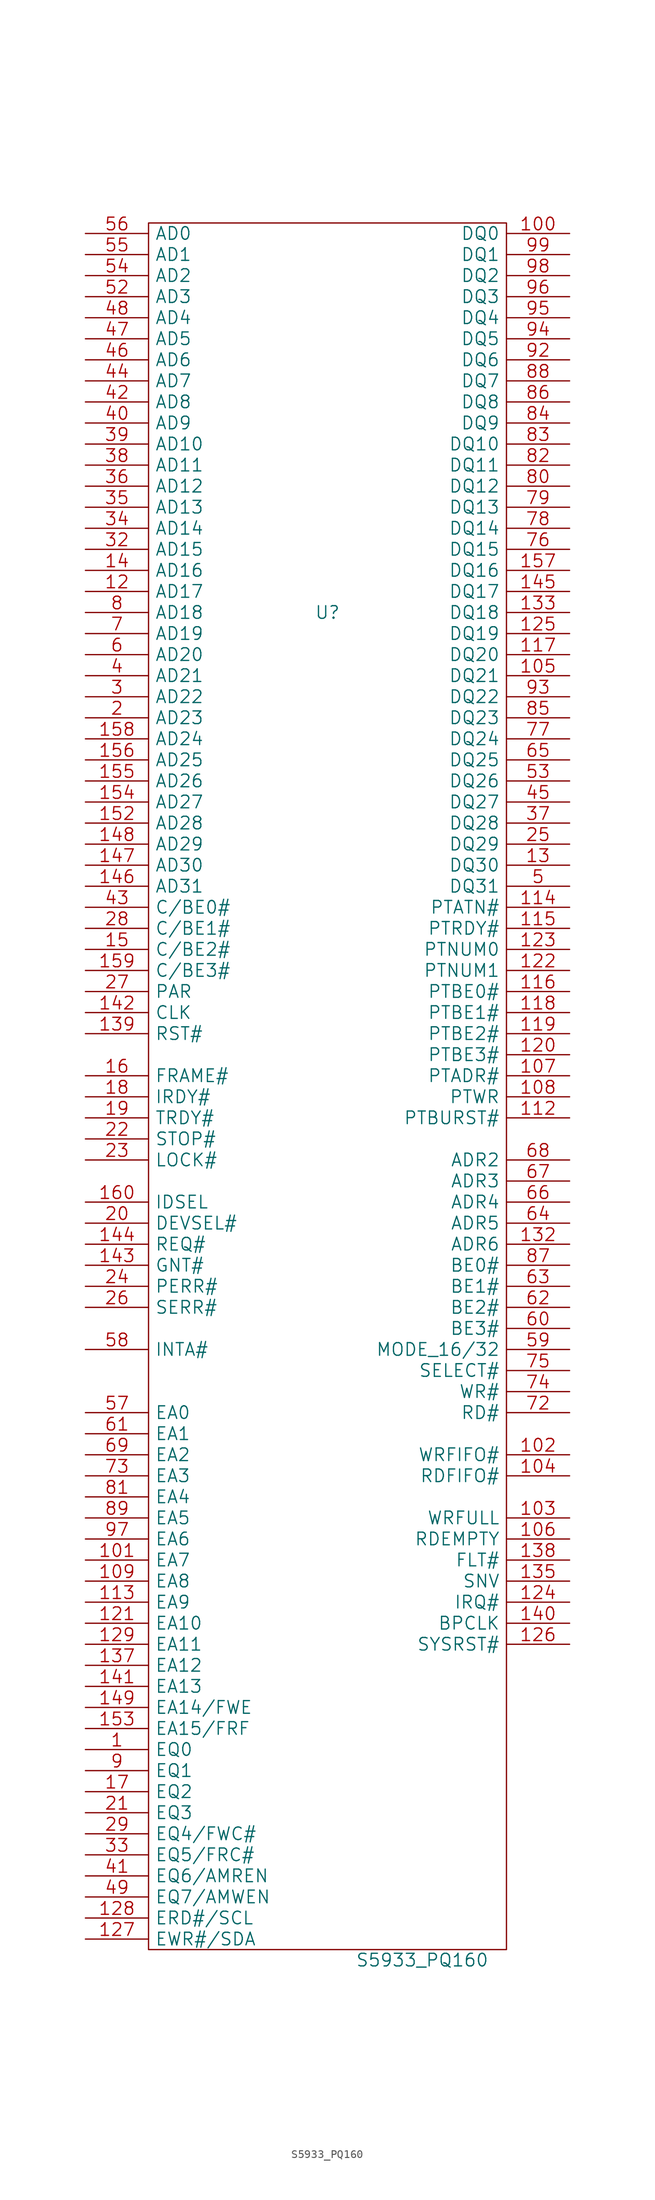
<source format=kicad_sym>
(kicad_symbol_lib
  (version 20211014)
  (generator kicad_symbol_editor)
  (symbol "S5933_PQ160"
    (pin_names
      (offset 0.762))
    (property "Reference" "U"
      (at 0 57.15 0)
      (effects (font (size 1.524 1.524))))
    (property "Value" "S5933_PQ160"
      (at 11.43 -105.41 0)
      (effects (font (size 1.524 1.524))))
    (property "Footprint" ""
      (at 0 0 0)
      (effects (font (size 1.524 1.524))))
    (property "Datasheet" ""
      (at 0 0 0)
      (effects (font (size 1.524 1.524))))
    (symbol "S5933_PQ160_0_0"
      (pin power_in line (at -3.81 -104.14 90) (length 0) hide (name "VSS" (effects (font (size 1.524 1.524)))) (number "10" (effects (font (size 1.524 1.524)))))
      (pin power_in line (at -7.62 105.41 270) (length 0) hide (name "VCC" (effects (font (size 1.524 1.524)))) (number "11" (effects (font (size 1.524 1.524)))))
      (pin power_in line (at 8.89 -104.14 90) (length 0) hide (name "VSS" (effects (font (size 1.524 1.524)))) (number "110" (effects (font (size 1.524 1.524)))))
      (pin power_in line (at 5.08 105.41 270) (length 0) hide (name "VCC" (effects (font (size 1.524 1.524)))) (number "111" (effects (font (size 1.524 1.524)))))
      (pin power_in line (at 11.43 -104.14 90) (length 0) hide (name "VSS" (effects (font (size 1.524 1.524)))) (number "130" (effects (font (size 1.524 1.524)))))
      (pin power_in line (at 7.62 105.41 270) (length 0) hide (name "VCC" (effects (font (size 1.524 1.524)))) (number "131" (effects (font (size 1.524 1.524)))))
      (pin power_in line (at -6.35 -104.14 90) (length 0) hide (name "VSS" (effects (font (size 1.524 1.524)))) (number "150" (effects (font (size 1.524 1.524)))))
      (pin power_in line (at 10.16 105.41 270) (length 0) hide (name "VCC" (effects (font (size 1.524 1.524)))) (number "151" (effects (font (size 1.524 1.524)))))
      (pin power_in line (at -1.27 -104.14 90) (length 0) hide (name "VSS" (effects (font (size 1.524 1.524)))) (number "30" (effects (font (size 1.524 1.524)))))
      (pin power_in line (at -5.08 105.41 270) (length 0) hide (name "VCC" (effects (font (size 1.524 1.524)))) (number "31" (effects (font (size 1.524 1.524)))))
      (pin power_in line (at 3.81 -104.14 90) (length 0) hide (name "VSS" (effects (font (size 1.524 1.524)))) (number "50" (effects (font (size 1.524 1.524)))))
      (pin power_in line (at -2.54 105.41 270) (length 0) hide (name "VCC" (effects (font (size 1.524 1.524)))) (number "51" (effects (font (size 1.524 1.524)))))
      (pin power_in line (at 1.27 -104.14 90) (length 0) hide (name "VSS" (effects (font (size 1.524 1.524)))) (number "70" (effects (font (size 1.524 1.524)))))
      (pin power_in line (at 0 105.41 270) (length 0) hide (name "VCC" (effects (font (size 1.524 1.524)))) (number "71" (effects (font (size 1.524 1.524)))))
      (pin power_in line (at 6.35 -104.14 90) (length 0) hide (name "VSS" (effects (font (size 1.524 1.524)))) (number "90" (effects (font (size 1.524 1.524)))))
      (pin power_in line (at 2.54 105.41 270) (length 0) hide (name "VCC" (effects (font (size 1.524 1.524)))) (number "91" (effects (font (size 1.524 1.524))))))
    (symbol "S5933_PQ160_0_1"
      (rectangle (start -21.59 104.14) (end 21.59 -104.14) (stroke (width 0) (type default) (color 0 0 0 0)) (fill (type none))))
    (symbol "S5933_PQ160_1_1"
      (pin bidirectional line (at -29.21 -80.01 0) (length 7.62) (name "EQ0" (effects (font (size 1.524 1.524)))) (number "1" (effects (font (size 1.524 1.524)))))
      (pin bidirectional line (at 29.21 102.87 180) (length 7.62) (name "DQ0" (effects (font (size 1.524 1.524)))) (number "100" (effects (font (size 1.524 1.524)))))
      (pin bidirectional line (at -29.21 -57.15 0) (length 7.62) (name "EA7" (effects (font (size 1.524 1.524)))) (number "101" (effects (font (size 1.524 1.524)))))
      (pin input line (at 29.21 -44.45 180) (length 7.62) (name "WRFIFO#" (effects (font (size 1.524 1.524)))) (number "102" (effects (font (size 1.524 1.524)))))
      (pin output line (at 29.21 -52.07 180) (length 7.62) (name "WRFULL" (effects (font (size 1.524 1.524)))) (number "103" (effects (font (size 1.524 1.524)))))
      (pin input line (at 29.21 -46.99 180) (length 7.62) (name "RDFIFO#" (effects (font (size 1.524 1.524)))) (number "104" (effects (font (size 1.524 1.524)))))
      (pin bidirectional line (at 29.21 49.53 180) (length 7.62) (name "DQ21" (effects (font (size 1.524 1.524)))) (number "105" (effects (font (size 1.524 1.524)))))
      (pin output line (at 29.21 -54.61 180) (length 7.62) (name "RDEMPTY" (effects (font (size 1.524 1.524)))) (number "106" (effects (font (size 1.524 1.524)))))
      (pin input line (at 29.21 1.27 180) (length 7.62) (name "PTADR#" (effects (font (size 1.524 1.524)))) (number "107" (effects (font (size 1.524 1.524)))))
      (pin output line (at 29.21 -1.27 180) (length 7.62) (name "PTWR" (effects (font (size 1.524 1.524)))) (number "108" (effects (font (size 1.524 1.524)))))
      (pin bidirectional line (at -29.21 -59.69 0) (length 7.62) (name "EA8" (effects (font (size 1.524 1.524)))) (number "109" (effects (font (size 1.524 1.524)))))
      (pin output line (at 29.21 -3.81 180) (length 7.62) (name "PTBURST#" (effects (font (size 1.524 1.524)))) (number "112" (effects (font (size 1.524 1.524)))))
      (pin output line (at -29.21 -62.23 0) (length 7.62) (name "EA9" (effects (font (size 1.524 1.524)))) (number "113" (effects (font (size 1.524 1.524)))))
      (pin output line (at 29.21 21.59 180) (length 7.62) (name "PTATN#" (effects (font (size 1.524 1.524)))) (number "114" (effects (font (size 1.524 1.524)))))
      (pin input line (at 29.21 19.05 180) (length 7.62) (name "PTRDY#" (effects (font (size 1.524 1.524)))) (number "115" (effects (font (size 1.524 1.524)))))
      (pin output line (at 29.21 11.43 180) (length 7.62) (name "PTBE0#" (effects (font (size 1.524 1.524)))) (number "116" (effects (font (size 1.524 1.524)))))
      (pin bidirectional line (at 29.21 52.07 180) (length 7.62) (name "DQ20" (effects (font (size 1.524 1.524)))) (number "117" (effects (font (size 1.524 1.524)))))
      (pin output line (at 29.21 8.89 180) (length 7.62) (name "PTBE1#" (effects (font (size 1.524 1.524)))) (number "118" (effects (font (size 1.524 1.524)))))
      (pin output line (at 29.21 6.35 180) (length 7.62) (name "PTBE2#" (effects (font (size 1.524 1.524)))) (number "119" (effects (font (size 1.524 1.524)))))
      (pin bidirectional line (at -29.21 59.69 0) (length 7.62) (name "AD17" (effects (font (size 1.524 1.524)))) (number "12" (effects (font (size 1.524 1.524)))))
      (pin output line (at 29.21 3.81 180) (length 7.62) (name "PTBE3#" (effects (font (size 1.524 1.524)))) (number "120" (effects (font (size 1.524 1.524)))))
      (pin output line (at -29.21 -64.77 0) (length 7.62) (name "EA10" (effects (font (size 1.524 1.524)))) (number "121" (effects (font (size 1.524 1.524)))))
      (pin output line (at 29.21 13.97 180) (length 7.62) (name "PTNUM1" (effects (font (size 1.524 1.524)))) (number "122" (effects (font (size 1.524 1.524)))))
      (pin output line (at 29.21 16.51 180) (length 7.62) (name "PTNUM0" (effects (font (size 1.524 1.524)))) (number "123" (effects (font (size 1.524 1.524)))))
      (pin output line (at 29.21 -62.23 180) (length 7.62) (name "IRQ#" (effects (font (size 1.524 1.524)))) (number "124" (effects (font (size 1.524 1.524)))))
      (pin bidirectional line (at 29.21 54.61 180) (length 7.62) (name "DQ19" (effects (font (size 1.524 1.524)))) (number "125" (effects (font (size 1.524 1.524)))))
      (pin output line (at 29.21 -67.31 180) (length 7.62) (name "SYSRST#" (effects (font (size 1.524 1.524)))) (number "126" (effects (font (size 1.524 1.524)))))
      (pin bidirectional line (at -29.21 -102.87 0) (length 7.62) (name "EWR#/SDA" (effects (font (size 1.524 1.524)))) (number "127" (effects (font (size 1.524 1.524)))))
      (pin output line (at -29.21 -100.33 0) (length 7.62) (name "ERD#/SCL" (effects (font (size 1.524 1.524)))) (number "128" (effects (font (size 1.524 1.524)))))
      (pin output line (at -29.21 -67.31 0) (length 7.62) (name "EA11" (effects (font (size 1.524 1.524)))) (number "129" (effects (font (size 1.524 1.524)))))
      (pin bidirectional line (at 29.21 26.67 180) (length 7.62) (name "DQ30" (effects (font (size 1.524 1.524)))) (number "13" (effects (font (size 1.524 1.524)))))
      (pin input line (at 29.21 -19.05 180) (length 7.62) (name "ADR6" (effects (font (size 1.524 1.524)))) (number "132" (effects (font (size 1.524 1.524)))))
      (pin bidirectional line (at 29.21 57.15 180) (length 7.62) (name "DQ18" (effects (font (size 1.524 1.524)))) (number "133" (effects (font (size 1.524 1.524)))))
      (pin input line (at 29.21 -59.69 180) (length 7.62) (name "SNV" (effects (font (size 1.524 1.524)))) (number "135" (effects (font (size 1.524 1.524)))))
      (pin output line (at -29.21 -69.85 0) (length 7.62) (name "EA12" (effects (font (size 1.524 1.524)))) (number "137" (effects (font (size 1.524 1.524)))))
      (pin input line (at 29.21 -57.15 180) (length 7.62) (name "FLT#" (effects (font (size 1.524 1.524)))) (number "138" (effects (font (size 1.524 1.524)))))
      (pin input line (at -29.21 6.35 0) (length 7.62) (name "RST#" (effects (font (size 1.524 1.524)))) (number "139" (effects (font (size 1.524 1.524)))))
      (pin bidirectional line (at -29.21 62.23 0) (length 7.62) (name "AD16" (effects (font (size 1.524 1.524)))) (number "14" (effects (font (size 1.524 1.524)))))
      (pin output line (at 29.21 -64.77 180) (length 7.62) (name "BPCLK" (effects (font (size 1.524 1.524)))) (number "140" (effects (font (size 1.524 1.524)))))
      (pin output line (at -29.21 -72.39 0) (length 7.62) (name "EA13" (effects (font (size 1.524 1.524)))) (number "141" (effects (font (size 1.524 1.524)))))
      (pin input line (at -29.21 8.89 0) (length 7.62) (name "CLK" (effects (font (size 1.524 1.524)))) (number "142" (effects (font (size 1.524 1.524)))))
      (pin input line (at -29.21 -21.59 0) (length 7.62) (name "GNT#" (effects (font (size 1.524 1.524)))) (number "143" (effects (font (size 1.524 1.524)))))
      (pin output line (at -29.21 -19.05 0) (length 7.62) (name "REQ#" (effects (font (size 1.524 1.524)))) (number "144" (effects (font (size 1.524 1.524)))))
      (pin bidirectional line (at 29.21 59.69 180) (length 7.62) (name "DQ17" (effects (font (size 1.524 1.524)))) (number "145" (effects (font (size 1.524 1.524)))))
      (pin bidirectional line (at -29.21 24.13 0) (length 7.62) (name "AD31" (effects (font (size 1.524 1.524)))) (number "146" (effects (font (size 1.524 1.524)))))
      (pin bidirectional line (at -29.21 26.67 0) (length 7.62) (name "AD30" (effects (font (size 1.524 1.524)))) (number "147" (effects (font (size 1.524 1.524)))))
      (pin bidirectional line (at -29.21 29.21 0) (length 7.62) (name "AD29" (effects (font (size 1.524 1.524)))) (number "148" (effects (font (size 1.524 1.524)))))
      (pin bidirectional line (at -29.21 -74.93 0) (length 7.62) (name "EA14/FWE" (effects (font (size 1.524 1.524)))) (number "149" (effects (font (size 1.524 1.524)))))
      (pin bidirectional line (at -29.21 16.51 0) (length 7.62) (name "C/BE2#" (effects (font (size 1.524 1.524)))) (number "15" (effects (font (size 1.524 1.524)))))
      (pin bidirectional line (at -29.21 31.75 0) (length 7.62) (name "AD28" (effects (font (size 1.524 1.524)))) (number "152" (effects (font (size 1.524 1.524)))))
      (pin bidirectional line (at -29.21 -77.47 0) (length 7.62) (name "EA15/FRF" (effects (font (size 1.524 1.524)))) (number "153" (effects (font (size 1.524 1.524)))))
      (pin bidirectional line (at -29.21 34.29 0) (length 7.62) (name "AD27" (effects (font (size 1.524 1.524)))) (number "154" (effects (font (size 1.524 1.524)))))
      (pin bidirectional line (at -29.21 36.83 0) (length 7.62) (name "AD26" (effects (font (size 1.524 1.524)))) (number "155" (effects (font (size 1.524 1.524)))))
      (pin bidirectional line (at -29.21 39.37 0) (length 7.62) (name "AD25" (effects (font (size 1.524 1.524)))) (number "156" (effects (font (size 1.524 1.524)))))
      (pin bidirectional line (at 29.21 62.23 180) (length 7.62) (name "DQ16" (effects (font (size 1.524 1.524)))) (number "157" (effects (font (size 1.524 1.524)))))
      (pin bidirectional line (at -29.21 41.91 0) (length 7.62) (name "AD24" (effects (font (size 1.524 1.524)))) (number "158" (effects (font (size 1.524 1.524)))))
      (pin bidirectional line (at -29.21 13.97 0) (length 7.62) (name "C/BE3#" (effects (font (size 1.524 1.524)))) (number "159" (effects (font (size 1.524 1.524)))))
      (pin bidirectional line (at -29.21 1.27 0) (length 7.62) (name "FRAME#" (effects (font (size 1.524 1.524)))) (number "16" (effects (font (size 1.524 1.524)))))
      (pin input line (at -29.21 -13.97 0) (length 7.62) (name "IDSEL" (effects (font (size 1.524 1.524)))) (number "160" (effects (font (size 1.524 1.524)))))
      (pin bidirectional line (at -29.21 -85.09 0) (length 7.62) (name "EQ2" (effects (font (size 1.524 1.524)))) (number "17" (effects (font (size 1.524 1.524)))))
      (pin bidirectional line (at -29.21 -1.27 0) (length 7.62) (name "IRDY#" (effects (font (size 1.524 1.524)))) (number "18" (effects (font (size 1.524 1.524)))))
      (pin bidirectional line (at -29.21 -3.81 0) (length 7.62) (name "TRDY#" (effects (font (size 1.524 1.524)))) (number "19" (effects (font (size 1.524 1.524)))))
      (pin bidirectional line (at -29.21 44.45 0) (length 7.62) (name "AD23" (effects (font (size 1.524 1.524)))) (number "2" (effects (font (size 1.524 1.524)))))
      (pin bidirectional line (at -29.21 -16.51 0) (length 7.62) (name "DEVSEL#" (effects (font (size 1.524 1.524)))) (number "20" (effects (font (size 1.524 1.524)))))
      (pin bidirectional line (at -29.21 -87.63 0) (length 7.62) (name "EQ3" (effects (font (size 1.524 1.524)))) (number "21" (effects (font (size 1.524 1.524)))))
      (pin bidirectional line (at -29.21 -6.35 0) (length 7.62) (name "STOP#" (effects (font (size 1.524 1.524)))) (number "22" (effects (font (size 1.524 1.524)))))
      (pin input line (at -29.21 -8.89 0) (length 7.62) (name "LOCK#" (effects (font (size 1.524 1.524)))) (number "23" (effects (font (size 1.524 1.524)))))
      (pin bidirectional line (at -29.21 -24.13 0) (length 7.62) (name "PERR#" (effects (font (size 1.524 1.524)))) (number "24" (effects (font (size 1.524 1.524)))))
      (pin bidirectional line (at 29.21 29.21 180) (length 7.62) (name "DQ29" (effects (font (size 1.524 1.524)))) (number "25" (effects (font (size 1.524 1.524)))))
      (pin output line (at -29.21 -26.67 0) (length 7.62) (name "SERR#" (effects (font (size 1.524 1.524)))) (number "26" (effects (font (size 1.524 1.524)))))
      (pin bidirectional line (at -29.21 11.43 0) (length 7.62) (name "PAR" (effects (font (size 1.524 1.524)))) (number "27" (effects (font (size 1.524 1.524)))))
      (pin bidirectional line (at -29.21 19.05 0) (length 7.62) (name "C/BE1#" (effects (font (size 1.524 1.524)))) (number "28" (effects (font (size 1.524 1.524)))))
      (pin bidirectional line (at -29.21 -90.17 0) (length 7.62) (name "EQ4/FWC#" (effects (font (size 1.524 1.524)))) (number "29" (effects (font (size 1.524 1.524)))))
      (pin bidirectional line (at -29.21 46.99 0) (length 7.62) (name "AD22" (effects (font (size 1.524 1.524)))) (number "3" (effects (font (size 1.524 1.524)))))
      (pin bidirectional line (at -29.21 64.77 0) (length 7.62) (name "AD15" (effects (font (size 1.524 1.524)))) (number "32" (effects (font (size 1.524 1.524)))))
      (pin bidirectional line (at -29.21 -92.71 0) (length 7.62) (name "EQ5/FRC#" (effects (font (size 1.524 1.524)))) (number "33" (effects (font (size 1.524 1.524)))))
      (pin bidirectional line (at -29.21 67.31 0) (length 7.62) (name "AD14" (effects (font (size 1.524 1.524)))) (number "34" (effects (font (size 1.524 1.524)))))
      (pin bidirectional line (at -29.21 69.85 0) (length 7.62) (name "AD13" (effects (font (size 1.524 1.524)))) (number "35" (effects (font (size 1.524 1.524)))))
      (pin bidirectional line (at -29.21 72.39 0) (length 7.62) (name "AD12" (effects (font (size 1.524 1.524)))) (number "36" (effects (font (size 1.524 1.524)))))
      (pin bidirectional line (at 29.21 31.75 180) (length 7.62) (name "DQ28" (effects (font (size 1.524 1.524)))) (number "37" (effects (font (size 1.524 1.524)))))
      (pin bidirectional line (at -29.21 74.93 0) (length 7.62) (name "AD11" (effects (font (size 1.524 1.524)))) (number "38" (effects (font (size 1.524 1.524)))))
      (pin bidirectional line (at -29.21 77.47 0) (length 7.62) (name "AD10" (effects (font (size 1.524 1.524)))) (number "39" (effects (font (size 1.524 1.524)))))
      (pin bidirectional line (at -29.21 49.53 0) (length 7.62) (name "AD21" (effects (font (size 1.524 1.524)))) (number "4" (effects (font (size 1.524 1.524)))))
      (pin bidirectional line (at -29.21 80.01 0) (length 7.62) (name "AD9" (effects (font (size 1.524 1.524)))) (number "40" (effects (font (size 1.524 1.524)))))
      (pin bidirectional line (at -29.21 -95.25 0) (length 7.62) (name "EQ6/AMREN" (effects (font (size 1.524 1.524)))) (number "41" (effects (font (size 1.524 1.524)))))
      (pin bidirectional line (at -29.21 82.55 0) (length 7.62) (name "AD8" (effects (font (size 1.524 1.524)))) (number "42" (effects (font (size 1.524 1.524)))))
      (pin bidirectional line (at -29.21 21.59 0) (length 7.62) (name "C/BE0#" (effects (font (size 1.524 1.524)))) (number "43" (effects (font (size 1.524 1.524)))))
      (pin bidirectional line (at -29.21 85.09 0) (length 7.62) (name "AD7" (effects (font (size 1.524 1.524)))) (number "44" (effects (font (size 1.524 1.524)))))
      (pin bidirectional line (at 29.21 34.29 180) (length 7.62) (name "DQ27" (effects (font (size 1.524 1.524)))) (number "45" (effects (font (size 1.524 1.524)))))
      (pin bidirectional line (at -29.21 87.63 0) (length 7.62) (name "AD6" (effects (font (size 1.524 1.524)))) (number "46" (effects (font (size 1.524 1.524)))))
      (pin bidirectional line (at -29.21 90.17 0) (length 7.62) (name "AD5" (effects (font (size 1.524 1.524)))) (number "47" (effects (font (size 1.524 1.524)))))
      (pin bidirectional line (at -29.21 92.71 0) (length 7.62) (name "AD4" (effects (font (size 1.524 1.524)))) (number "48" (effects (font (size 1.524 1.524)))))
      (pin bidirectional line (at -29.21 -97.79 0) (length 7.62) (name "EQ7/AMWEN" (effects (font (size 1.524 1.524)))) (number "49" (effects (font (size 1.524 1.524)))))
      (pin bidirectional line (at 29.21 24.13 180) (length 7.62) (name "DQ31" (effects (font (size 1.524 1.524)))) (number "5" (effects (font (size 1.524 1.524)))))
      (pin bidirectional line (at -29.21 95.25 0) (length 7.62) (name "AD3" (effects (font (size 1.524 1.524)))) (number "52" (effects (font (size 1.524 1.524)))))
      (pin bidirectional line (at 29.21 36.83 180) (length 7.62) (name "DQ26" (effects (font (size 1.524 1.524)))) (number "53" (effects (font (size 1.524 1.524)))))
      (pin bidirectional line (at -29.21 97.79 0) (length 7.62) (name "AD2" (effects (font (size 1.524 1.524)))) (number "54" (effects (font (size 1.524 1.524)))))
      (pin bidirectional line (at -29.21 100.33 0) (length 7.62) (name "AD1" (effects (font (size 1.524 1.524)))) (number "55" (effects (font (size 1.524 1.524)))))
      (pin bidirectional line (at -29.21 102.87 0) (length 7.62) (name "AD0" (effects (font (size 1.524 1.524)))) (number "56" (effects (font (size 1.524 1.524)))))
      (pin bidirectional line (at -29.21 -39.37 0) (length 7.62) (name "EA0" (effects (font (size 1.524 1.524)))) (number "57" (effects (font (size 1.524 1.524)))))
      (pin output line (at -29.21 -31.75 0) (length 7.62) (name "INTA#" (effects (font (size 1.524 1.524)))) (number "58" (effects (font (size 1.524 1.524)))))
      (pin input line (at 29.21 -31.75 180) (length 7.62) (name "MODE_16/32" (effects (font (size 1.524 1.524)))) (number "59" (effects (font (size 1.524 1.524)))))
      (pin bidirectional line (at -29.21 52.07 0) (length 7.62) (name "AD20" (effects (font (size 1.524 1.524)))) (number "6" (effects (font (size 1.524 1.524)))))
      (pin input line (at 29.21 -29.21 180) (length 7.62) (name "BE3#" (effects (font (size 1.524 1.524)))) (number "60" (effects (font (size 1.524 1.524)))))
      (pin bidirectional line (at -29.21 -41.91 0) (length 7.62) (name "EA1" (effects (font (size 1.524 1.524)))) (number "61" (effects (font (size 1.524 1.524)))))
      (pin input line (at 29.21 -26.67 180) (length 7.62) (name "BE2#" (effects (font (size 1.524 1.524)))) (number "62" (effects (font (size 1.524 1.524)))))
      (pin input line (at 29.21 -24.13 180) (length 7.62) (name "BE1#" (effects (font (size 1.524 1.524)))) (number "63" (effects (font (size 1.524 1.524)))))
      (pin input line (at 29.21 -16.51 180) (length 7.62) (name "ADR5" (effects (font (size 1.524 1.524)))) (number "64" (effects (font (size 1.524 1.524)))))
      (pin bidirectional line (at 29.21 39.37 180) (length 7.62) (name "DQ25" (effects (font (size 1.524 1.524)))) (number "65" (effects (font (size 1.524 1.524)))))
      (pin input line (at 29.21 -13.97 180) (length 7.62) (name "ADR4" (effects (font (size 1.524 1.524)))) (number "66" (effects (font (size 1.524 1.524)))))
      (pin input line (at 29.21 -11.43 180) (length 7.62) (name "ADR3" (effects (font (size 1.524 1.524)))) (number "67" (effects (font (size 1.524 1.524)))))
      (pin input line (at 29.21 -8.89 180) (length 7.62) (name "ADR2" (effects (font (size 1.524 1.524)))) (number "68" (effects (font (size 1.524 1.524)))))
      (pin bidirectional line (at -29.21 -44.45 0) (length 7.62) (name "EA2" (effects (font (size 1.524 1.524)))) (number "69" (effects (font (size 1.524 1.524)))))
      (pin bidirectional line (at -29.21 54.61 0) (length 7.62) (name "AD19" (effects (font (size 1.524 1.524)))) (number "7" (effects (font (size 1.524 1.524)))))
      (pin input line (at 29.21 -39.37 180) (length 7.62) (name "RD#" (effects (font (size 1.524 1.524)))) (number "72" (effects (font (size 1.524 1.524)))))
      (pin bidirectional line (at -29.21 -46.99 0) (length 7.62) (name "EA3" (effects (font (size 1.524 1.524)))) (number "73" (effects (font (size 1.524 1.524)))))
      (pin input line (at 29.21 -36.83 180) (length 7.62) (name "WR#" (effects (font (size 1.524 1.524)))) (number "74" (effects (font (size 1.524 1.524)))))
      (pin input line (at 29.21 -34.29 180) (length 7.62) (name "SELECT#" (effects (font (size 1.524 1.524)))) (number "75" (effects (font (size 1.524 1.524)))))
      (pin bidirectional line (at 29.21 64.77 180) (length 7.62) (name "DQ15" (effects (font (size 1.524 1.524)))) (number "76" (effects (font (size 1.524 1.524)))))
      (pin bidirectional line (at 29.21 41.91 180) (length 7.62) (name "DQ24" (effects (font (size 1.524 1.524)))) (number "77" (effects (font (size 1.524 1.524)))))
      (pin bidirectional line (at 29.21 67.31 180) (length 7.62) (name "DQ14" (effects (font (size 1.524 1.524)))) (number "78" (effects (font (size 1.524 1.524)))))
      (pin bidirectional line (at 29.21 69.85 180) (length 7.62) (name "DQ13" (effects (font (size 1.524 1.524)))) (number "79" (effects (font (size 1.524 1.524)))))
      (pin bidirectional line (at -29.21 57.15 0) (length 7.62) (name "AD18" (effects (font (size 1.524 1.524)))) (number "8" (effects (font (size 1.524 1.524)))))
      (pin bidirectional line (at 29.21 72.39 180) (length 7.62) (name "DQ12" (effects (font (size 1.524 1.524)))) (number "80" (effects (font (size 1.524 1.524)))))
      (pin bidirectional line (at -29.21 -49.53 0) (length 7.62) (name "EA4" (effects (font (size 1.524 1.524)))) (number "81" (effects (font (size 1.524 1.524)))))
      (pin bidirectional line (at 29.21 74.93 180) (length 7.62) (name "DQ11" (effects (font (size 1.524 1.524)))) (number "82" (effects (font (size 1.524 1.524)))))
      (pin bidirectional line (at 29.21 77.47 180) (length 7.62) (name "DQ10" (effects (font (size 1.524 1.524)))) (number "83" (effects (font (size 1.524 1.524)))))
      (pin bidirectional line (at 29.21 80.01 180) (length 7.62) (name "DQ9" (effects (font (size 1.524 1.524)))) (number "84" (effects (font (size 1.524 1.524)))))
      (pin bidirectional line (at 29.21 44.45 180) (length 7.62) (name "DQ23" (effects (font (size 1.524 1.524)))) (number "85" (effects (font (size 1.524 1.524)))))
      (pin bidirectional line (at 29.21 82.55 180) (length 7.62) (name "DQ8" (effects (font (size 1.524 1.524)))) (number "86" (effects (font (size 1.524 1.524)))))
      (pin input line (at 29.21 -21.59 180) (length 7.62) (name "BE0#" (effects (font (size 1.524 1.524)))) (number "87" (effects (font (size 1.524 1.524)))))
      (pin bidirectional line (at 29.21 85.09 180) (length 7.62) (name "DQ7" (effects (font (size 1.524 1.524)))) (number "88" (effects (font (size 1.524 1.524)))))
      (pin bidirectional line (at -29.21 -52.07 0) (length 7.62) (name "EA5" (effects (font (size 1.524 1.524)))) (number "89" (effects (font (size 1.524 1.524)))))
      (pin bidirectional line (at -29.21 -82.55 0) (length 7.62) (name "EQ1" (effects (font (size 1.524 1.524)))) (number "9" (effects (font (size 1.524 1.524)))))
      (pin bidirectional line (at 29.21 87.63 180) (length 7.62) (name "DQ6" (effects (font (size 1.524 1.524)))) (number "92" (effects (font (size 1.524 1.524)))))
      (pin bidirectional line (at 29.21 46.99 180) (length 7.62) (name "DQ22" (effects (font (size 1.524 1.524)))) (number "93" (effects (font (size 1.524 1.524)))))
      (pin bidirectional line (at 29.21 90.17 180) (length 7.62) (name "DQ5" (effects (font (size 1.524 1.524)))) (number "94" (effects (font (size 1.524 1.524)))))
      (pin bidirectional line (at 29.21 92.71 180) (length 7.62) (name "DQ4" (effects (font (size 1.524 1.524)))) (number "95" (effects (font (size 1.524 1.524)))))
      (pin bidirectional line (at 29.21 95.25 180) (length 7.62) (name "DQ3" (effects (font (size 1.524 1.524)))) (number "96" (effects (font (size 1.524 1.524)))))
      (pin bidirectional line (at -29.21 -54.61 0) (length 7.62) (name "EA6" (effects (font (size 1.524 1.524)))) (number "97" (effects (font (size 1.524 1.524)))))
      (pin bidirectional line (at 29.21 97.79 180) (length 7.62) (name "DQ2" (effects (font (size 1.524 1.524)))) (number "98" (effects (font (size 1.524 1.524)))))
      (pin bidirectional line (at 29.21 100.33 180) (length 7.62) (name "DQ1" (effects (font (size 1.524 1.524)))) (number "99" (effects (font (size 1.524 1.524))))))))
</source>
